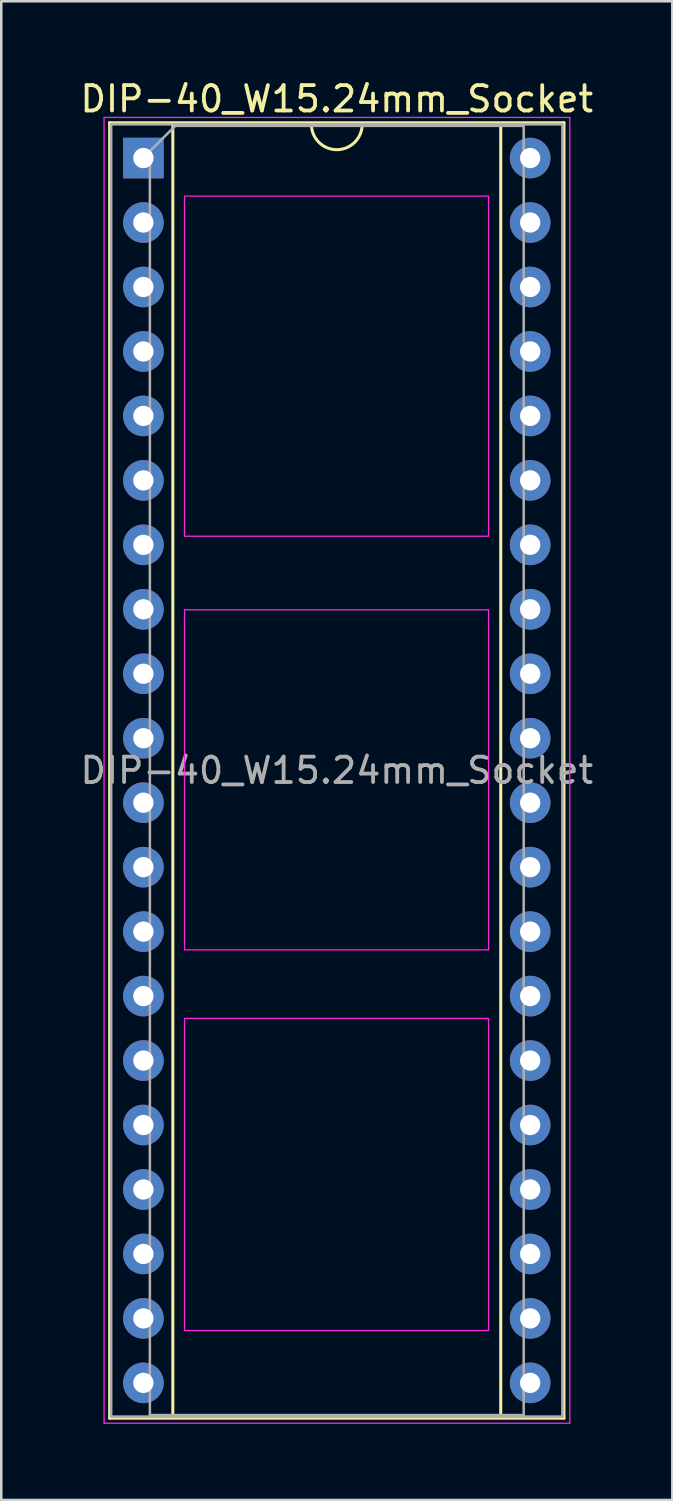
<source format=kicad_pcb>
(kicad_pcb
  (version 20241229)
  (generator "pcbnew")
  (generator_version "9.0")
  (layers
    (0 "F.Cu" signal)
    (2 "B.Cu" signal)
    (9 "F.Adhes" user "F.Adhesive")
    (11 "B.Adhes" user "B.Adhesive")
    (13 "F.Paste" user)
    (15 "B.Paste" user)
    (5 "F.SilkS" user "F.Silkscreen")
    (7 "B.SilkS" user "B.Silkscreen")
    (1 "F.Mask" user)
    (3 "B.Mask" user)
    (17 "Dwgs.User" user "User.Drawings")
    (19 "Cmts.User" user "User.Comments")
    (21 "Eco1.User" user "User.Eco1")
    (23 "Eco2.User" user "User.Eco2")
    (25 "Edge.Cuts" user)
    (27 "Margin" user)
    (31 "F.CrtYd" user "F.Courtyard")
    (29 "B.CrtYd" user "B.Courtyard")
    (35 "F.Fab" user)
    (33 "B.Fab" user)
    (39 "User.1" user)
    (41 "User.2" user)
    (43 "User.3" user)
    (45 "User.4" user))
  (footprint "DIP-40_W15.24mm_Socket"
    (layer "F.Cu")
    (at 2.6 3.178)
    (property "Reference" "DIP-40_W15.24mm_Socket" (at 7.62 -2.33 0) (layer "F.SilkS") (effects (font (size 1 1) (thickness 0.15))))
    (attr through_hole)
    (fp_line (start -1.33 -1.39) (end -1.33 49.65) (stroke (width 0.12) (type solid)) (layer "F.SilkS"))
    (fp_line (start -1.33 49.65) (end 16.57 49.65) (stroke (width 0.12) (type solid)) (layer "F.SilkS"))
    (fp_line (start 1.16 -1.33) (end 1.16 49.59) (stroke (width 0.12) (type solid)) (layer "F.SilkS"))
    (fp_line (start 1.16 49.59) (end 14.08 49.59) (stroke (width 0.12) (type solid)) (layer "F.SilkS"))
    (fp_line (start 6.62 -1.33) (end 1.16 -1.33) (stroke (width 0.12) (type solid)) (layer "F.SilkS"))
    (fp_line (start 14.08 -1.33) (end 8.62 -1.33) (stroke (width 0.12) (type solid)) (layer "F.SilkS"))
    (fp_line (start 14.08 49.59) (end 14.08 -1.33) (stroke (width 0.12) (type solid)) (layer "F.SilkS"))
    (fp_line (start 16.57 -1.39) (end -1.33 -1.39) (stroke (width 0.12) (type solid)) (layer "F.SilkS"))
    (fp_line (start 16.57 49.65) (end 16.57 -1.39) (stroke (width 0.12) (type solid)) (layer "F.SilkS"))
    (fp_arc (start 8.62 -1.33) (mid 7.62 -0.33) (end 6.62 -1.33) (stroke (width 0.12) (type solid)) (layer "F.SilkS"))
    (fp_line (start -1.55 -1.6) (end -1.55 49.85) (stroke (width 0.05) (type solid)) (layer "F.CrtYd"))
    (fp_line (start -1.55 49.85) (end 16.8 49.85) (stroke (width 0.05) (type solid)) (layer "F.CrtYd"))
    (fp_line (start 16.8 -1.6) (end -1.55 -1.6) (stroke (width 0.05) (type solid)) (layer "F.CrtYd"))
    (fp_line (start 16.8 49.85) (end 16.8 -1.6) (stroke (width 0.05) (type solid)) (layer "F.CrtYd"))
    (fp_rect (start 1.62 14.9) (end 13.6 1.5) (stroke (width 0.05) (type default)) (fill no) (layer "F.CrtYd"))
    (fp_rect (start 1.62 31.2) (end 13.6 17.8) (stroke (width 0.05) (type default)) (fill no) (layer "F.CrtYd"))
    (fp_rect (start 1.62 46.2) (end 13.6 33.9) (stroke (width 0.05) (type default)) (fill no) (layer "F.CrtYd"))
    (fp_line (start -1.27 -1.33) (end -1.27 49.59) (stroke (width 0.1) (type solid)) (layer "F.Fab"))
    (fp_line (start -1.27 49.59) (end 16.51 49.59) (stroke (width 0.1) (type solid)) (layer "F.Fab"))
    (fp_line (start 0.255 -0.27) (end 1.255 -1.27) (stroke (width 0.1) (type solid)) (layer "F.Fab"))
    (fp_line (start 0.255 49.53) (end 0.255 -0.27) (stroke (width 0.1) (type solid)) (layer "F.Fab"))
    (fp_line (start 1.255 -1.27) (end 14.985 -1.27) (stroke (width 0.1) (type solid)) (layer "F.Fab"))
    (fp_line (start 14.985 -1.27) (end 14.985 49.53) (stroke (width 0.1) (type solid)) (layer "F.Fab"))
    (fp_line (start 14.985 49.53) (end 0.255 49.53) (stroke (width 0.1) (type solid)) (layer "F.Fab"))
    (fp_line (start 16.51 -1.33) (end -1.27 -1.33) (stroke (width 0.1) (type solid)) (layer "F.Fab"))
    (fp_line (start 16.51 49.59) (end 16.51 -1.33) (stroke (width 0.1) (type solid)) (layer "F.Fab"))
    (fp_text user "${REFERENCE}" (at 7.62 24.13 0) (layer "F.Fab") (effects (font (size 1 1) (thickness 0.15))))
    (pad "1" thru_hole rect (at 0 0) (size 1.6 1.6) (drill 0.8) (layers "*.Cu" "*.Mask"))
    (pad "2" thru_hole oval (at 0 2.54) (size 1.6 1.6) (drill 0.8) (layers "*.Cu" "*.Mask"))
    (pad "3" thru_hole oval (at 0 5.08) (size 1.6 1.6) (drill 0.8) (layers "*.Cu" "*.Mask"))
    (pad "4" thru_hole oval (at 0 7.62) (size 1.6 1.6) (drill 0.8) (layers "*.Cu" "*.Mask"))
    (pad "5" thru_hole oval (at 0 10.16) (size 1.6 1.6) (drill 0.8) (layers "*.Cu" "*.Mask"))
    (pad "6" thru_hole oval (at 0 12.7) (size 1.6 1.6) (drill 0.8) (layers "*.Cu" "*.Mask"))
    (pad "7" thru_hole oval (at 0 15.24) (size 1.6 1.6) (drill 0.8) (layers "*.Cu" "*.Mask"))
    (pad "8" thru_hole oval (at 0 17.78) (size 1.6 1.6) (drill 0.8) (layers "*.Cu" "*.Mask"))
    (pad "9" thru_hole oval (at 0 20.32) (size 1.6 1.6) (drill 0.8) (layers "*.Cu" "*.Mask"))
    (pad "10" thru_hole oval (at 0 22.86) (size 1.6 1.6) (drill 0.8) (layers "*.Cu" "*.Mask"))
    (pad "11" thru_hole oval (at 0 25.4) (size 1.6 1.6) (drill 0.8) (layers "*.Cu" "*.Mask"))
    (pad "12" thru_hole oval (at 0 27.94) (size 1.6 1.6) (drill 0.8) (layers "*.Cu" "*.Mask"))
    (pad "13" thru_hole oval (at 0 30.48) (size 1.6 1.6) (drill 0.8) (layers "*.Cu" "*.Mask"))
    (pad "14" thru_hole oval (at 0 33.02) (size 1.6 1.6) (drill 0.8) (layers "*.Cu" "*.Mask"))
    (pad "15" thru_hole oval (at 0 35.56) (size 1.6 1.6) (drill 0.8) (layers "*.Cu" "*.Mask"))
    (pad "16" thru_hole oval (at 0 38.1) (size 1.6 1.6) (drill 0.8) (layers "*.Cu" "*.Mask"))
    (pad "17" thru_hole oval (at 0 40.64) (size 1.6 1.6) (drill 0.8) (layers "*.Cu" "*.Mask"))
    (pad "18" thru_hole oval (at 0 43.18) (size 1.6 1.6) (drill 0.8) (layers "*.Cu" "*.Mask"))
    (pad "19" thru_hole oval (at 0 45.72) (size 1.6 1.6) (drill 0.8) (layers "*.Cu" "*.Mask"))
    (pad "20" thru_hole oval (at 0 48.26) (size 1.6 1.6) (drill 0.8) (layers "*.Cu" "*.Mask"))
    (pad "21" thru_hole oval (at 15.24 48.26) (size 1.6 1.6) (drill 0.8) (layers "*.Cu" "*.Mask"))
    (pad "22" thru_hole oval (at 15.24 45.72) (size 1.6 1.6) (drill 0.8) (layers "*.Cu" "*.Mask"))
    (pad "23" thru_hole oval (at 15.24 43.18) (size 1.6 1.6) (drill 0.8) (layers "*.Cu" "*.Mask"))
    (pad "24" thru_hole oval (at 15.24 40.64) (size 1.6 1.6) (drill 0.8) (layers "*.Cu" "*.Mask"))
    (pad "25" thru_hole oval (at 15.24 38.1) (size 1.6 1.6) (drill 0.8) (layers "*.Cu" "*.Mask"))
    (pad "26" thru_hole oval (at 15.24 35.56) (size 1.6 1.6) (drill 0.8) (layers "*.Cu" "*.Mask"))
    (pad "27" thru_hole oval (at 15.24 33.02) (size 1.6 1.6) (drill 0.8) (layers "*.Cu" "*.Mask"))
    (pad "28" thru_hole oval (at 15.24 30.48) (size 1.6 1.6) (drill 0.8) (layers "*.Cu" "*.Mask"))
    (pad "29" thru_hole oval (at 15.24 27.94) (size 1.6 1.6) (drill 0.8) (layers "*.Cu" "*.Mask"))
    (pad "30" thru_hole oval (at 15.24 25.4) (size 1.6 1.6) (drill 0.8) (layers "*.Cu" "*.Mask"))
    (pad "31" thru_hole oval (at 15.24 22.86) (size 1.6 1.6) (drill 0.8) (layers "*.Cu" "*.Mask"))
    (pad "32" thru_hole oval (at 15.24 20.32) (size 1.6 1.6) (drill 0.8) (layers "*.Cu" "*.Mask"))
    (pad "33" thru_hole oval (at 15.24 17.78) (size 1.6 1.6) (drill 0.8) (layers "*.Cu" "*.Mask"))
    (pad "34" thru_hole oval (at 15.24 15.24) (size 1.6 1.6) (drill 0.8) (layers "*.Cu" "*.Mask"))
    (pad "35" thru_hole oval (at 15.24 12.7) (size 1.6 1.6) (drill 0.8) (layers "*.Cu" "*.Mask"))
    (pad "36" thru_hole oval (at 15.24 10.16) (size 1.6 1.6) (drill 0.8) (layers "*.Cu" "*.Mask"))
    (pad "37" thru_hole oval (at 15.24 7.62) (size 1.6 1.6) (drill 0.8) (layers "*.Cu" "*.Mask"))
    (pad "38" thru_hole oval (at 15.24 5.08) (size 1.6 1.6) (drill 0.8) (layers "*.Cu" "*.Mask"))
    (pad "39" thru_hole oval (at 15.24 2.54) (size 1.6 1.6) (drill 0.8) (layers "*.Cu" "*.Mask"))
    (pad "40" thru_hole oval (at 15.24 0) (size 1.6 1.6) (drill 0.8) (layers "*.Cu" "*.Mask")))
  (gr_rect
    (start -3 -3)
    (end 23.44 56.053)
    (stroke (width 0.1) (type default))
    (fill no)
    (layer "Edge.Cuts")))
</source>
